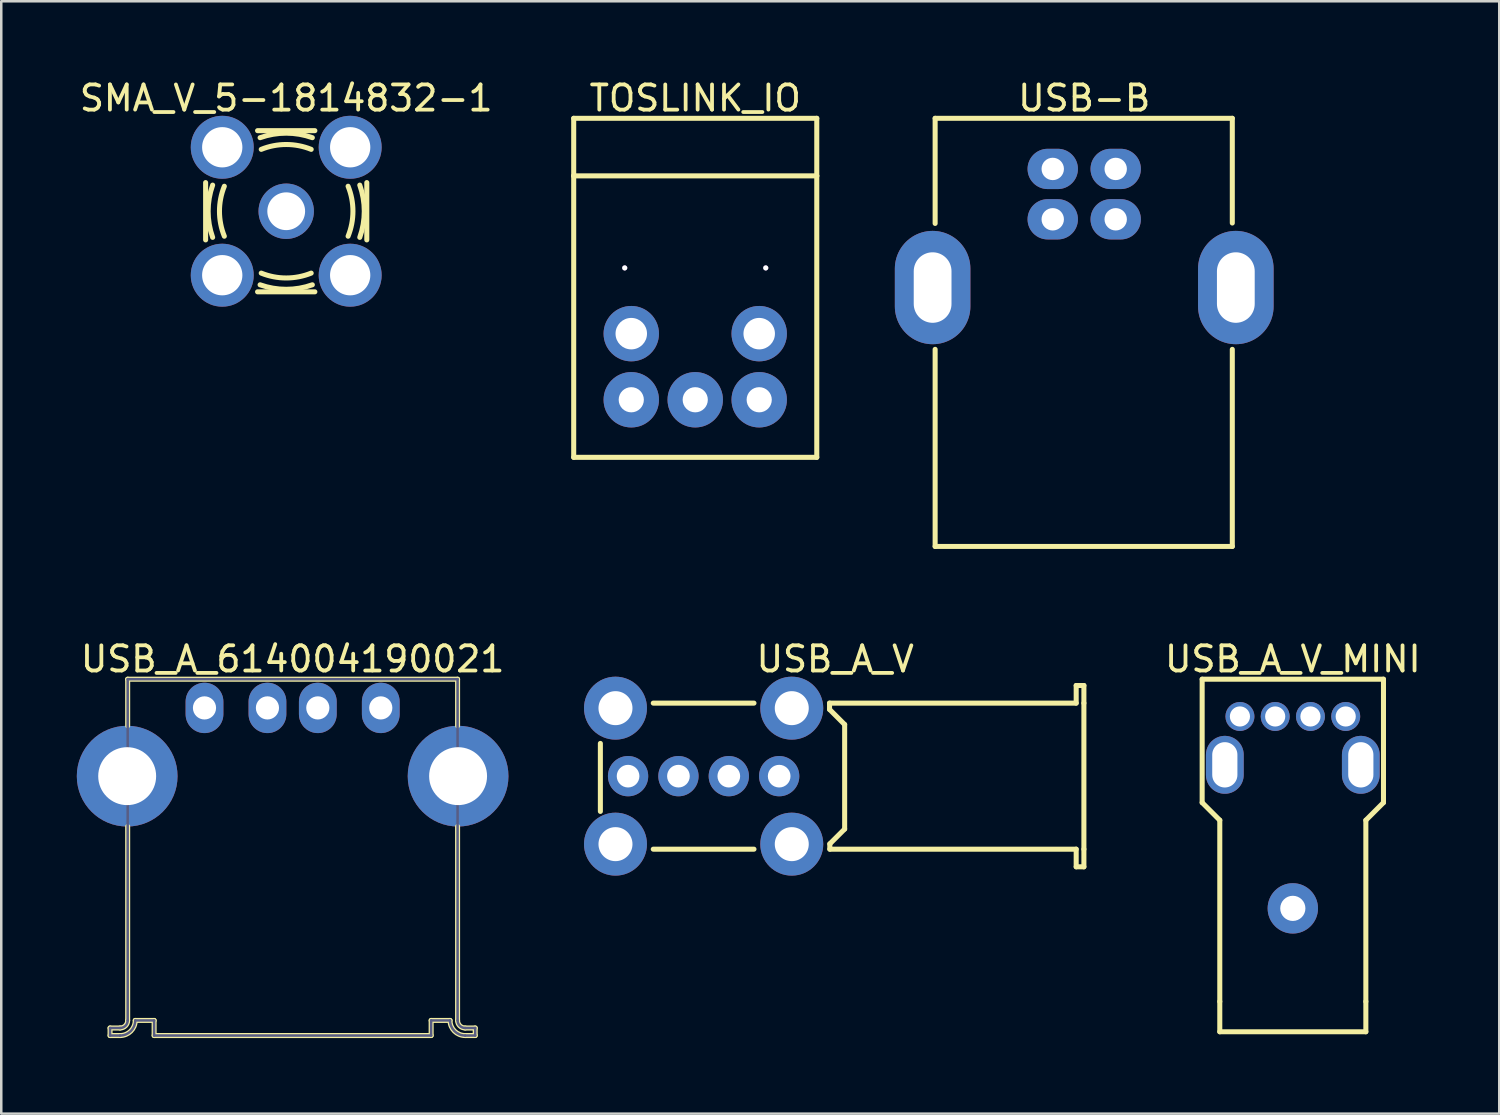
<source format=kicad_pcb>
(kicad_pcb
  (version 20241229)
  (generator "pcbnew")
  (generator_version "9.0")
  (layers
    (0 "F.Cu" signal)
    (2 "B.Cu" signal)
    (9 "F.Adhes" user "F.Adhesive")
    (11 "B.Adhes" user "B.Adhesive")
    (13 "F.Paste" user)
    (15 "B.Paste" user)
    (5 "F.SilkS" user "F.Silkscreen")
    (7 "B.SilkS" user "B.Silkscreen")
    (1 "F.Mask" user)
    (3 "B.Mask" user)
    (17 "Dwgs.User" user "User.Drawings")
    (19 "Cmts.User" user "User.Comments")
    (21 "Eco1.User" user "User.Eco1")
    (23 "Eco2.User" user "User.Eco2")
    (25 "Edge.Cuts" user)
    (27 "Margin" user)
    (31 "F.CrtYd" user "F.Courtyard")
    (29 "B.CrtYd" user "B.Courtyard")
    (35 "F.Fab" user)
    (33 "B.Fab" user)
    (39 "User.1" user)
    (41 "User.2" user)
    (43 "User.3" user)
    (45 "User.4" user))
  (footprint "USB_A_614004190021"
    (layer "F.Cu")
    (at 8.57 30.995)
    (property "Reference" "USB_A_614004190021" (at 0 -7.875 0) (layer "F.SilkS") (effects (font (size 1 1) (thickness 0.15))))
    (fp_line (start -7.25 6.775) (end -6.85 6.775) (stroke (width 0.2) (type solid)) (layer "F.SilkS"))
    (fp_line (start -7.25 7.075) (end -7.25 6.775) (stroke (width 0.2) (type solid)) (layer "F.SilkS"))
    (fp_line (start -7.25 7.075) (end -6.85 7.075) (stroke (width 0.2) (type solid)) (layer "F.SilkS"))
    (fp_line (start -6.55 -7.075) (end 6.55 -7.075) (stroke (width 0.2) (type solid)) (layer "F.SilkS"))
    (fp_line (start -6.55 -5.225) (end -6.55 -7.075) (stroke (width 0.2) (type solid)) (layer "F.SilkS"))
    (fp_line (start -6.55 6.475) (end -6.55 -1.225) (stroke (width 0.2) (type solid)) (layer "F.SilkS"))
    (fp_line (start -6.25 6.475) (end -5.5 6.475) (stroke (width 0.2) (type solid)) (layer "F.SilkS"))
    (fp_line (start -5.5 7.075) (end -5.5 6.475) (stroke (width 0.2) (type solid)) (layer "F.SilkS"))
    (fp_line (start -5.5 7.075) (end 5.5 7.075) (stroke (width 0.2) (type solid)) (layer "F.SilkS"))
    (fp_line (start 5.5 6.475) (end 6.25 6.475) (stroke (width 0.2) (type solid)) (layer "F.SilkS"))
    (fp_line (start 5.5 7.075) (end 5.5 6.475) (stroke (width 0.2) (type solid)) (layer "F.SilkS"))
    (fp_line (start 6.55 -5.225) (end 6.55 -7.075) (stroke (width 0.2) (type solid)) (layer "F.SilkS"))
    (fp_line (start 6.55 6.475) (end 6.55 -1.225) (stroke (width 0.2) (type solid)) (layer "F.SilkS"))
    (fp_line (start 6.85 6.775) (end 7.25 6.775) (stroke (width 0.2) (type solid)) (layer "F.SilkS"))
    (fp_line (start 6.85 7.075) (end 7.25 7.075) (stroke (width 0.2) (type solid)) (layer "F.SilkS"))
    (fp_line (start 7.25 7.075) (end 7.25 6.775) (stroke (width 0.2) (type solid)) (layer "F.SilkS"))
    (fp_arc (start -6.55 6.47501) (mid -6.637868 6.687142) (end -6.85 6.77501) (stroke (width 0.2) (type solid)) (layer "F.SilkS"))
    (fp_arc (start -6.25 6.47501) (mid -6.425736 6.899274) (end -6.85 7.07501) (stroke (width 0.2) (type solid)) (layer "F.SilkS"))
    (fp_arc (start 6.85 6.77501) (mid 6.637868 6.687142) (end 6.55 6.47501) (stroke (width 0.2) (type solid)) (layer "F.SilkS"))
    (fp_arc (start 6.85 7.07501) (mid 6.425736 6.899274) (end 6.25 6.47501) (stroke (width 0.2) (type solid)) (layer "F.SilkS"))
    (fp_line (start -0.5 0) (end 0.5 0) (stroke (width 0.05) (type solid)) (layer "Eco2.User"))
    (fp_line (start 0 0.5) (end 0 -0.5) (stroke (width 0.05) (type solid)) (layer "Eco2.User"))
    (fp_line (start -7.25 6.775) (end -6.85 6.775) (stroke (width 0.1) (type solid)) (layer "B.Fab"))
    (fp_line (start -7.25 7.075) (end -7.25 6.775) (stroke (width 0.1) (type solid)) (layer "B.Fab"))
    (fp_line (start -7.25 7.075) (end -6.85 7.075) (stroke (width 0.1) (type solid)) (layer "B.Fab"))
    (fp_line (start -6.55 -7.075) (end 6.55 -7.075) (stroke (width 0.1) (type solid)) (layer "B.Fab"))
    (fp_line (start -6.55 6.475) (end -6.55 -7.075) (stroke (width 0.1) (type solid)) (layer "B.Fab"))
    (fp_line (start -6.25 6.475) (end -5.5 6.475) (stroke (width 0.1) (type solid)) (layer "B.Fab"))
    (fp_line (start -5.5 7.075) (end -5.5 6.475) (stroke (width 0.1) (type solid)) (layer "B.Fab"))
    (fp_line (start -5.5 7.075) (end 5.5 7.075) (stroke (width 0.1) (type solid)) (layer "B.Fab"))
    (fp_line (start 5.5 6.475) (end 6.25 6.475) (stroke (width 0.1) (type solid)) (layer "B.Fab"))
    (fp_line (start 5.5 7.075) (end 5.5 6.475) (stroke (width 0.1) (type solid)) (layer "B.Fab"))
    (fp_line (start 6.55 6.475) (end 6.55 -7.075) (stroke (width 0.1) (type solid)) (layer "B.Fab"))
    (fp_line (start 6.85 6.775) (end 7.25 6.775) (stroke (width 0.1) (type solid)) (layer "B.Fab"))
    (fp_line (start 6.85 7.075) (end 7.25 7.075) (stroke (width 0.1) (type solid)) (layer "B.Fab"))
    (fp_line (start 7.25 7.075) (end 7.25 6.775) (stroke (width 0.1) (type solid)) (layer "B.Fab"))
    (fp_arc (start -6.55 6.47501) (mid -6.637868 6.687142) (end -6.85 6.77501) (stroke (width 0.1) (type solid)) (layer "B.Fab"))
    (fp_arc (start -6.25 6.47501) (mid -6.425736 6.899274) (end -6.85 7.07501) (stroke (width 0.1) (type solid)) (layer "B.Fab"))
    (fp_arc (start 6.85 6.77501) (mid 6.637868 6.687142) (end 6.55 6.47501) (stroke (width 0.1) (type solid)) (layer "B.Fab"))
    (fp_arc (start 6.85 7.07501) (mid 6.425736 6.899274) (end 6.25 6.47501) (stroke (width 0.1) (type solid)) (layer "B.Fab"))
    (pad "1" thru_hole oval (at -3.5 -5.935) (size 1.5 2) (drill 0.92) (layers "*.Cu" "*.Mask"))
    (pad "2" thru_hole oval (at -1 -5.935) (size 1.5 2) (drill 0.92) (layers "*.Cu" "*.Mask"))
    (pad "3" thru_hole oval (at 1 -5.935) (size 1.5 2) (drill 0.92) (layers "*.Cu" "*.Mask"))
    (pad "4" thru_hole oval (at 3.5 -5.935) (size 1.5 2) (drill 0.92) (layers "*.Cu" "*.Mask"))
    (pad "SH" thru_hole circle (at -6.57 -3.225) (size 4 4) (drill 2.3) (layers "*.Cu" "*.Mask"))
    (pad "SH" thru_hole circle (at 6.57 -3.225) (size 4 4) (drill 2.3) (layers "*.Cu" "*.Mask")))
  (footprint "USB_A_V_MINI"
    (layer "F.Cu")
    (at 48.286 27.32)
    (property "Reference" "USB_A_V_MINI" (at 0 -4.2 0) (layer "F.SilkS") (effects (font (size 1 1) (thickness 0.15))))
    (fp_line (start -3.6 -3.4) (end 3.6 -3.4) (stroke (width 0.2) (type solid)) (layer "F.SilkS"))
    (fp_line (start -3.6 1.5) (end -3.6 -3.4) (stroke (width 0.2) (type solid)) (layer "F.SilkS"))
    (fp_line (start -3.6 1.5) (end -2.9 2.2) (stroke (width 0.2) (type solid)) (layer "F.SilkS"))
    (fp_line (start -2.9 9.4) (end -2.9 2.2) (stroke (width 0.2) (type solid)) (layer "F.SilkS"))
    (fp_line (start -2.9 10.6) (end -2.9 9.4) (stroke (width 0.2) (type solid)) (layer "F.SilkS"))
    (fp_line (start -2.9 10.6) (end 2.9 10.6) (stroke (width 0.2) (type solid)) (layer "F.SilkS"))
    (fp_line (start 2.9 2.2) (end 3.6 1.5) (stroke (width 0.2) (type solid)) (layer "F.SilkS"))
    (fp_line (start 2.9 9.4) (end 2.9 2.2) (stroke (width 0.2) (type solid)) (layer "F.SilkS"))
    (fp_line (start 2.9 10.6) (end 2.9 9.4) (stroke (width 0.2) (type solid)) (layer "F.SilkS"))
    (fp_line (start 3.6 1.5) (end 3.6 -3.4) (stroke (width 0.2) (type solid)) (layer "F.SilkS"))
    (fp_line (start -4.1 -3.8) (end 4.1 -3.8) (stroke (width 0.1) (type solid)) (layer "Eco2.User"))
    (fp_line (start -4.1 10.6) (end -4.1 -3.8) (stroke (width 0.1) (type solid)) (layer "Eco2.User"))
    (fp_line (start -4.1 10.6) (end 4.1 10.6) (stroke (width 0.1) (type solid)) (layer "Eco2.User"))
    (fp_line (start 4.1 10.6) (end 4.1 -3.8) (stroke (width 0.1) (type solid)) (layer "Eco2.User"))
    (fp_circle (center 0 0) (end 0 -0.1) (stroke (width 0.254) (type solid)) (fill no) (layer "Eco2.User"))
    (pad "1" thru_hole circle (at 2.1 -1.92) (size 1.15 1.15) (drill 0.8) (layers "*.Cu" "*.Mask"))
    (pad "2" thru_hole circle (at 0.7 -1.92) (size 1.15 1.15) (drill 0.8) (layers "*.Cu" "*.Mask"))
    (pad "3" thru_hole circle (at -0.7 -1.92) (size 1.15 1.15) (drill 0.8) (layers "*.Cu" "*.Mask"))
    (pad "4" thru_hole circle (at -2.1 -1.92) (size 1.15 1.15) (drill 0.8) (layers "*.Cu" "*.Mask"))
    (pad "SH" thru_hole oval (at -2.7 0) (size 1.5 2.3) (drill oval 1 1.8) (layers "*.Cu" "*.Mask"))
    (pad "SH" thru_hole circle (at 0 5.7) (size 2 2) (drill 1) (layers "*.Cu" "*.Mask"))
    (pad "SH" thru_hole oval (at 2.7 0) (size 1.5 2.3) (drill oval 1 1.8) (layers "*.Cu" "*.Mask")))
  (footprint "USB-B"
    (layer "F.Cu")
    (at 39.983 7.722)
    (property "Reference" "USB-B" (at 0.02 -6.874 0) (layer "F.SilkS") (effects (font (size 1 1) (thickness 0.15))))
    (fp_line (start -5.9 -6.074) (end 5.9 -6.074) (stroke (width 0.2) (type solid)) (layer "F.SilkS"))
    (fp_line (start -5.9 -1.9) (end -5.9 -6.074) (stroke (width 0.2) (type solid)) (layer "F.SilkS"))
    (fp_line (start -5.9 10.926) (end -5.9 3.1) (stroke (width 0.2) (type solid)) (layer "F.SilkS"))
    (fp_line (start -5.9 10.926) (end 5.9 10.926) (stroke (width 0.2) (type solid)) (layer "F.SilkS"))
    (fp_line (start 5.9 -1.916) (end 5.9 -6.074) (stroke (width 0.2) (type solid)) (layer "F.SilkS"))
    (fp_line (start 5.9 10.926) (end 5.9 3.1) (stroke (width 0.2) (type solid)) (layer "F.SilkS"))
    (fp_line (start -6.5 -6.75) (end 6.5 -6.75) (stroke (width 0.1) (type solid)) (layer "Eco2.User"))
    (fp_line (start -6.5 -2) (end -6.5 -6.75) (stroke (width 0.1) (type solid)) (layer "Eco2.User"))
    (fp_line (start -6.5 11.5) (end -6.5 3.25) (stroke (width 0.1) (type solid)) (layer "Eco2.User"))
    (fp_line (start -6.5 11.5) (end 6.5 11.5) (stroke (width 0.1) (type solid)) (layer "Eco2.User"))
    (fp_line (start 6.5 -2) (end 6.5 -6.75) (stroke (width 0.1) (type solid)) (layer "Eco2.User"))
    (fp_line (start 6.5 11.5) (end 6.5 3.25) (stroke (width 0.1) (type solid)) (layer "Eco2.User"))
    (fp_circle (center 0 0) (end 0 -0.151) (stroke (width 0.4) (type solid)) (fill no) (layer "Eco2.User"))
    (pad "1" thru_hole oval (at 1.27 -4.064) (size 2 1.6) (drill 0.889) (layers "*.Cu" "*.Mask"))
    (pad "2" thru_hole oval (at -1.23 -4.064) (size 2 1.6) (drill 0.889) (layers "*.Cu" "*.Mask"))
    (pad "3" thru_hole oval (at -1.23 -2.064) (size 2 1.6) (drill 0.889) (layers "*.Cu" "*.Mask"))
    (pad "4" thru_hole oval (at 1.27 -2.064) (size 2 1.6) (drill 0.889) (layers "*.Cu" "*.Mask"))
    (pad "5" thru_hole oval (at -6 0.646) (size 3 4.5) (drill oval 1.5 2.8) (layers "*.Cu" "*.Mask"))
    (pad "6" thru_hole oval (at 6.04 0.646) (size 3 4.5) (drill oval 1.5 2.8) (layers "*.Cu" "*.Mask")))
  (footprint "SMA_V_5-1814832-1"
    (layer "F.Cu")
    (at 8.315 5.338)
    (property "Reference" "SMA_V_5-1814832-1" (at 0 -4.49 0) (layer "F.SilkS") (effects (font (size 1 1) (thickness 0.15))))
    (fp_line (start -3.2 1.138) (end -3.2 -1.138) (stroke (width 0.2) (type solid)) (layer "F.SilkS"))
    (fp_line (start -1.138 -3.2) (end 1.138 -3.2) (stroke (width 0.2) (type solid)) (layer "F.SilkS"))
    (fp_line (start -1.138 3.2) (end 1.138 3.2) (stroke (width 0.2) (type solid)) (layer "F.SilkS"))
    (fp_line (start 3.2 1.138) (end 3.2 -1.138) (stroke (width 0.2) (type solid)) (layer "F.SilkS"))
    (fp_arc (start -2.921194 1.037605) (mid -3.1 0) (end -2.921194 -1.037605) (stroke (width 0.2) (type solid)) (layer "F.SilkS"))
    (fp_arc (start -2.457238 0.992211) (mid -2.65 0) (end -2.457238 -0.992211) (stroke (width 0.2) (type solid)) (layer "F.SilkS"))
    (fp_arc (start -1.037605 -2.921194) (mid 0 -3.1) (end 1.037605 -2.921194) (stroke (width 0.2) (type solid)) (layer "F.SilkS"))
    (fp_arc (start -0.992211 -2.457238) (mid 0 -2.65) (end 0.992211 -2.457238) (stroke (width 0.2) (type solid)) (layer "F.SilkS"))
    (fp_arc (start 0.992211 2.457238) (mid 0 2.65) (end -0.992211 2.457238) (stroke (width 0.2) (type solid)) (layer "F.SilkS"))
    (fp_arc (start 1.037605 2.921194) (mid 0 3.1) (end -1.037605 2.921194) (stroke (width 0.2) (type solid)) (layer "F.SilkS"))
    (fp_arc (start 2.457238 -0.992211) (mid 2.65 0) (end 2.457238 0.992211) (stroke (width 0.2) (type solid)) (layer "F.SilkS"))
    (fp_arc (start 2.921194 -1.037605) (mid 3.1 0) (end 2.921194 1.037605) (stroke (width 0.2) (type solid)) (layer "F.SilkS"))
    (fp_line (start -3.2 -2.797) (end -2.797 -3.2) (stroke (width 0.1) (type solid)) (layer "Eco2.User"))
    (fp_line (start -3.2 2.797) (end -3.2 -2.797) (stroke (width 0.1) (type solid)) (layer "Eco2.User"))
    (fp_line (start -3.2 2.797) (end -2.797 3.2) (stroke (width 0.1) (type solid)) (layer "Eco2.User"))
    (fp_line (start -2.797 -3.2) (end 2.797 -3.2) (stroke (width 0.1) (type solid)) (layer "Eco2.User"))
    (fp_line (start -2.797 3.2) (end 2.797 3.2) (stroke (width 0.1) (type solid)) (layer "Eco2.User"))
    (fp_line (start 2.797 -3.2) (end 3.2 -2.797) (stroke (width 0.1) (type solid)) (layer "Eco2.User"))
    (fp_line (start 2.797 3.2) (end 3.2 2.797) (stroke (width 0.1) (type solid)) (layer "Eco2.User"))
    (fp_line (start 3.2 2.797) (end 3.2 -2.797) (stroke (width 0.1) (type solid)) (layer "Eco2.User"))
    (fp_circle (center 0 0) (end 0 -3.1) (stroke (width 0.1) (type solid)) (fill no) (layer "Eco2.User"))
    (fp_circle (center 0 0) (end 0 -2.65) (stroke (width 0.1) (type solid)) (fill no) (layer "Eco2.User"))
    (fp_circle (center 0 0) (end 0 -0.5) (stroke (width 0.1) (type solid)) (fill no) (layer "Eco2.User"))
    (fp_line (start -3.54 -2.54) (end -2.54 -2.54) (stroke (width 0.1) (type solid)) (layer "User.8"))
    (fp_line (start -3.54 2.54) (end -2.54 2.54) (stroke (width 0.1) (type solid)) (layer "User.8"))
    (fp_line (start -2.54 -2.54) (end -2.54 -3.54) (stroke (width 0.1) (type solid)) (layer "User.8"))
    (fp_line (start -2.54 -2.54) (end -1.54 -2.54) (stroke (width 0.1) (type solid)) (layer "User.8"))
    (fp_line (start -2.54 -1.54) (end -2.54 -2.54) (stroke (width 0.1) (type solid)) (layer "User.8"))
    (fp_line (start -2.54 2.54) (end -2.54 1.54) (stroke (width 0.1) (type solid)) (layer "User.8"))
    (fp_line (start -2.54 2.54) (end -1.54 2.54) (stroke (width 0.1) (type solid)) (layer "User.8"))
    (fp_line (start -2.54 3.54) (end -2.54 2.54) (stroke (width 0.1) (type solid)) (layer "User.8"))
    (fp_line (start -1 0) (end 0 0) (stroke (width 0.1) (type solid)) (layer "User.8"))
    (fp_line (start 0 0) (end 0 -1) (stroke (width 0.1) (type solid)) (layer "User.8"))
    (fp_line (start 0 0) (end 1 0) (stroke (width 0.1) (type solid)) (layer "User.8"))
    (fp_line (start 0 1) (end 0 0) (stroke (width 0.1) (type solid)) (layer "User.8"))
    (fp_line (start 1.54 -2.54) (end 2.54 -2.54) (stroke (width 0.1) (type solid)) (layer "User.8"))
    (fp_line (start 1.54 2.54) (end 2.54 2.54) (stroke (width 0.1) (type solid)) (layer "User.8"))
    (fp_line (start 2.54 -2.54) (end 2.54 -3.54) (stroke (width 0.1) (type solid)) (layer "User.8"))
    (fp_line (start 2.54 -2.54) (end 3.54 -2.54) (stroke (width 0.1) (type solid)) (layer "User.8"))
    (fp_line (start 2.54 -1.54) (end 2.54 -2.54) (stroke (width 0.1) (type solid)) (layer "User.8"))
    (fp_line (start 2.54 2.54) (end 2.54 1.54) (stroke (width 0.1) (type solid)) (layer "User.8"))
    (fp_line (start 2.54 2.54) (end 3.54 2.54) (stroke (width 0.1) (type solid)) (layer "User.8"))
    (fp_line (start 2.54 3.54) (end 2.54 2.54) (stroke (width 0.1) (type solid)) (layer "User.8"))
    (pad "1" thru_hole circle (at 0 0) (size 2.2 2.2) (drill 1.5) (layers "*.Cu" "*.Mask"))
    (pad "2" thru_hole circle (at -2.54 -2.54) (size 2.5 2.5) (drill 1.6) (layers "*.Cu" "*.Mask"))
    (pad "2" thru_hole circle (at -2.54 2.54) (size 2.5 2.5) (drill 1.6) (layers "*.Cu" "*.Mask"))
    (pad "2" thru_hole circle (at 2.54 -2.54) (size 2.5 2.5) (drill 1.6) (layers "*.Cu" "*.Mask"))
    (pad "2" thru_hole circle (at 2.54 2.54) (size 2.5 2.5) (drill 1.6) (layers "*.Cu" "*.Mask")))
  (footprint "TOSLINK_IO"
    (layer "F.Cu")
    (at 24.557 12.824)
    (property "Reference" "TOSLINK_IO" (at 0 -11.976 0) (layer "F.SilkS") (effects (font (size 1 1) (thickness 0.15))))
    (fp_line (start -4.826 -11.176) (end 4.826 -11.176) (stroke (width 0.2) (type solid)) (layer "F.SilkS"))
    (fp_line (start -4.826 -8.89) (end -4.826 -11.176) (stroke (width 0.2) (type solid)) (layer "F.SilkS"))
    (fp_line (start -4.826 -8.89) (end 4.826 -8.89) (stroke (width 0.2) (type solid)) (layer "F.SilkS"))
    (fp_line (start -4.826 2.286) (end -4.826 -8.89) (stroke (width 0.2) (type solid)) (layer "F.SilkS"))
    (fp_line (start -4.826 2.286) (end 4.826 2.286) (stroke (width 0.2) (type solid)) (layer "F.SilkS"))
    (fp_line (start 4.826 -8.89) (end 4.826 -11.176) (stroke (width 0.2) (type solid)) (layer "F.SilkS"))
    (fp_line (start 4.826 2.286) (end 4.826 -8.89) (stroke (width 0.2) (type solid)) (layer "F.SilkS"))
    (pad "0" thru_hole circle (at -2.8 -5.235) (size 0.203 0.203) (drill 1.85) (layers "*.Cu" "*.Mask"))
    (pad "0" thru_hole circle (at -2.54 -2.625) (size 2.2 2.2) (drill 1.25) (layers "*.Cu" "*.Mask"))
    (pad "0" thru_hole circle (at 2.54 -2.625) (size 2.2 2.2) (drill 1.25) (layers "*.Cu" "*.Mask"))
    (pad "0" thru_hole circle (at 2.8 -5.235) (size 0.203 0.203) (drill 1.85) (layers "*.Cu" "*.Mask"))
    (pad "1" thru_hole circle (at -2.54 0) (size 2.2 2.2) (drill 1) (layers "*.Cu" "*.Mask"))
    (pad "2" thru_hole circle (at 0 0) (size 2.2 2.2) (drill 1) (layers "*.Cu" "*.Mask"))
    (pad "3" thru_hole circle (at 2.54 0) (size 2.2 2.2) (drill 1) (layers "*.Cu" "*.Mask")))
  (footprint "USB_A_V"
    (layer "F.Cu")
    (at 24.89 27.77)
    (property "Reference" "USB_A_V" (at 5.225 -4.65 0) (layer "F.SilkS") (effects (font (size 1 1) (thickness 0.15))))
    (fp_line (start -4.1 1.4) (end -4.1 -1.3) (stroke (width 0.2) (type solid)) (layer "F.SilkS"))
    (fp_line (start -2 -2.9) (end 2 -2.9) (stroke (width 0.2) (type solid)) (layer "F.SilkS"))
    (fp_line (start -2 2.9) (end 2 2.9) (stroke (width 0.2) (type solid)) (layer "F.SilkS"))
    (fp_line (start 5 -2.9) (end 14.794 -2.9) (stroke (width 0.2) (type solid)) (layer "F.SilkS"))
    (fp_line (start 5 -2.65) (end 5 -2.9) (stroke (width 0.2) (type solid)) (layer "F.SilkS"))
    (fp_line (start 5 -2.65) (end 5.6 -2.05) (stroke (width 0.2) (type solid)) (layer "F.SilkS"))
    (fp_line (start 5.011 2.689) (end 5.6 2.1) (stroke (width 0.2) (type solid)) (layer "F.SilkS"))
    (fp_line (start 5.011 2.9) (end 5.011 2.689) (stroke (width 0.2) (type solid)) (layer "F.SilkS"))
    (fp_line (start 5.011 2.9) (end 14.794 2.9) (stroke (width 0.2) (type solid)) (layer "F.SilkS"))
    (fp_line (start 5.6 2.1) (end 5.6 -2.05) (stroke (width 0.2) (type solid)) (layer "F.SilkS"))
    (fp_line (start 14.794 -3.6) (end 15.1 -3.6) (stroke (width 0.2) (type solid)) (layer "F.SilkS"))
    (fp_line (start 14.794 -2.9) (end 14.794 -3.6) (stroke (width 0.2) (type solid)) (layer "F.SilkS"))
    (fp_line (start 14.794 3.6) (end 14.794 2.9) (stroke (width 0.2) (type solid)) (layer "F.SilkS"))
    (fp_line (start 14.794 3.6) (end 15.1 3.6) (stroke (width 0.2) (type solid)) (layer "F.SilkS"))
    (fp_line (start 15.1 -2.9) (end 15.1 -3.6) (stroke (width 0.2) (type solid)) (layer "F.SilkS"))
    (fp_line (start 15.1 2.9) (end 15.1 -2.9) (stroke (width 0.2) (type solid)) (layer "F.SilkS"))
    (fp_line (start 15.1 3.6) (end 15.1 2.9) (stroke (width 0.2) (type solid)) (layer "F.SilkS"))
    (pad "0" thru_hole circle (at -3.5 -2.7) (size 2.5 2.5) (drill 1.35) (layers "*.Cu" "*.Mask"))
    (pad "0" thru_hole circle (at -3.5 2.7) (size 2.5 2.5) (drill 1.35) (layers "*.Cu" "*.Mask"))
    (pad "0" thru_hole circle (at 3.5 -2.7) (size 2.5 2.5) (drill 1.35) (layers "*.Cu" "*.Mask"))
    (pad "0" thru_hole circle (at 3.5 2.7) (size 2.5 2.5) (drill 1.35) (layers "*.Cu" "*.Mask"))
    (pad "1" thru_hole circle (at 3 0) (size 1.6 1.6) (drill 0.9) (layers "*.Cu" "*.Mask"))
    (pad "2" thru_hole circle (at 1 0) (size 1.6 1.6) (drill 0.9) (layers "*.Cu" "*.Mask"))
    (pad "3" thru_hole circle (at -1 0) (size 1.6 1.6) (drill 0.9) (layers "*.Cu" "*.Mask"))
    (pad "4" thru_hole circle (at -3 0) (size 1.6 1.6) (drill 0.9) (layers "*.Cu" "*.Mask")))
  (gr_rect
    (start -3 -3)
    (end 56.483 41.171)
    (stroke (width 0.1) (type default))
    (fill no)
    (layer "Edge.Cuts")))
</source>
